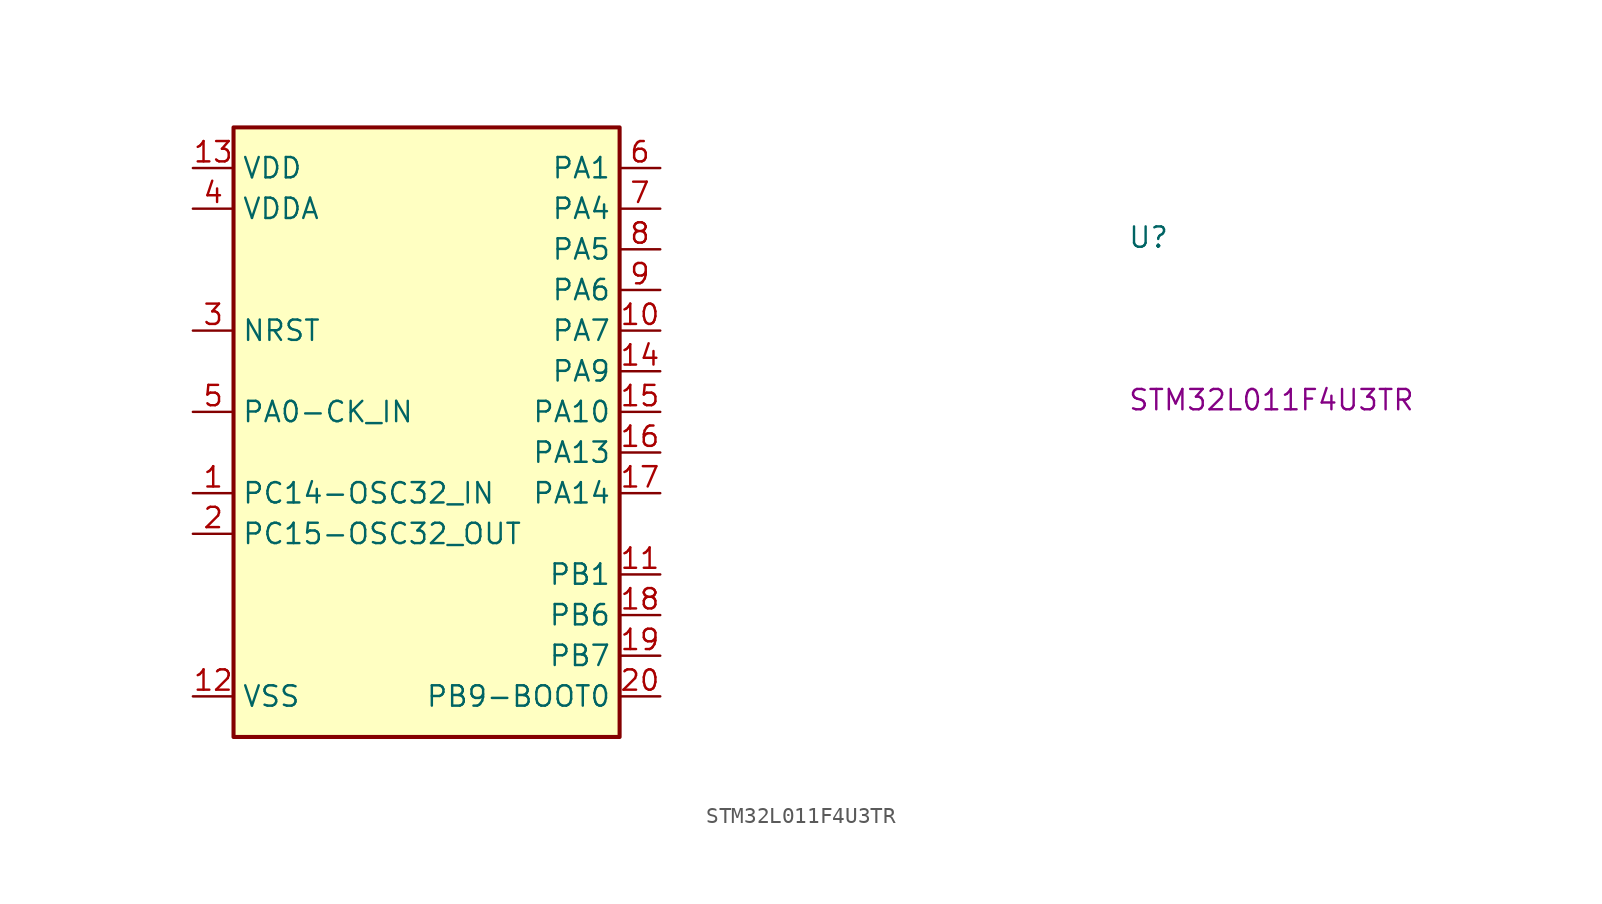
<source format=kicad_sym>
(kicad_symbol_lib
  (version 20220914)
  (generator kicad_symbol_editor)
  (symbol "STM32L011F4U3TR"
    (property "Reference" "U"
      (at 58.42 -5.08 0)
      (effects (font (size 1.27 1.27) (thickness 0.15)) (justify left bottom)))
    (property "MPN" "STM32L011F4U3TR"
      (at 58.42 -15.24 0)
      (effects (font (size 1.27 1.27) (thickness 0.15)) (justify left bottom)))
    (symbol "STM32L011F4U3TR_1_1"
      (rectangle (start 2.54 2.54) (end 26.67 -35.56) (stroke (width 0.254) (type default)) (fill (type background)))
      (pin bidirectional line (at 0 -20.32 0) (length 2.54) (name "PC14-OSC32_IN" (effects (font (size 1.27 1.27)))) (number "1" (effects (font (size 1.27 1.27)))))
      (pin bidirectional line (at 29.21 -10.16 180) (length 2.54) (name "PA7" (effects (font (size 1.27 1.27)))) (number "10" (effects (font (size 1.27 1.27)))))
      (pin bidirectional line (at 29.21 -25.4 180) (length 2.54) (name "PB1" (effects (font (size 1.27 1.27)))) (number "11" (effects (font (size 1.27 1.27)))))
      (pin power_in line (at 0 -33.02 0) (length 2.54) (name "VSS" (effects (font (size 1.27 1.27)))) (number "12" (effects (font (size 1.27 1.27)))))
      (pin power_in line (at 0 0 0) (length 2.54) (name "VDD" (effects (font (size 1.27 1.27)))) (number "13" (effects (font (size 1.27 1.27)))))
      (pin bidirectional line (at 29.21 -12.7 180) (length 2.54) (name "PA9" (effects (font (size 1.27 1.27)))) (number "14" (effects (font (size 1.27 1.27)))))
      (pin bidirectional line (at 29.21 -15.24 180) (length 2.54) (name "PA10" (effects (font (size 1.27 1.27)))) (number "15" (effects (font (size 1.27 1.27)))))
      (pin bidirectional line (at 29.21 -17.78 180) (length 2.54) (name "PA13" (effects (font (size 1.27 1.27)))) (number "16" (effects (font (size 1.27 1.27)))))
      (pin bidirectional line (at 29.21 -20.32 180) (length 2.54) (name "PA14" (effects (font (size 1.27 1.27)))) (number "17" (effects (font (size 1.27 1.27)))))
      (pin bidirectional line (at 29.21 -27.94 180) (length 2.54) (name "PB6" (effects (font (size 1.27 1.27)))) (number "18" (effects (font (size 1.27 1.27)))))
      (pin bidirectional line (at 29.21 -30.48 180) (length 2.54) (name "PB7" (effects (font (size 1.27 1.27)))) (number "19" (effects (font (size 1.27 1.27)))))
      (pin bidirectional line (at 0 -22.86 0) (length 2.54) (name "PC15-OSC32_OUT" (effects (font (size 1.27 1.27)))) (number "2" (effects (font (size 1.27 1.27)))))
      (pin bidirectional line (at 29.21 -33.02 180) (length 2.54) (name "PB9-BOOT0" (effects (font (size 1.27 1.27)))) (number "20" (effects (font (size 1.27 1.27)))))
      (pin input line (at 0 -10.16 0) (length 2.54) (name "NRST" (effects (font (size 1.27 1.27)))) (number "3" (effects (font (size 1.27 1.27)))))
      (pin power_in line (at 0 -2.54 0) (length 2.54) (name "VDDA" (effects (font (size 1.27 1.27)))) (number "4" (effects (font (size 1.27 1.27)))))
      (pin bidirectional line (at 0 -15.24 0) (length 2.54) (name "PA0-CK_IN" (effects (font (size 1.27 1.27)))) (number "5" (effects (font (size 1.27 1.27)))))
      (pin bidirectional line (at 29.21 0 180) (length 2.54) (name "PA1" (effects (font (size 1.27 1.27)))) (number "6" (effects (font (size 1.27 1.27)))))
      (pin bidirectional line (at 29.21 -2.54 180) (length 2.54) (name "PA4" (effects (font (size 1.27 1.27)))) (number "7" (effects (font (size 1.27 1.27)))))
      (pin bidirectional line (at 29.21 -5.08 180) (length 2.54) (name "PA5" (effects (font (size 1.27 1.27)))) (number "8" (effects (font (size 1.27 1.27)))))
      (pin bidirectional line (at 29.21 -7.62 180) (length 2.54) (name "PA6" (effects (font (size 1.27 1.27)))) (number "9" (effects (font (size 1.27 1.27))))))))
</source>
